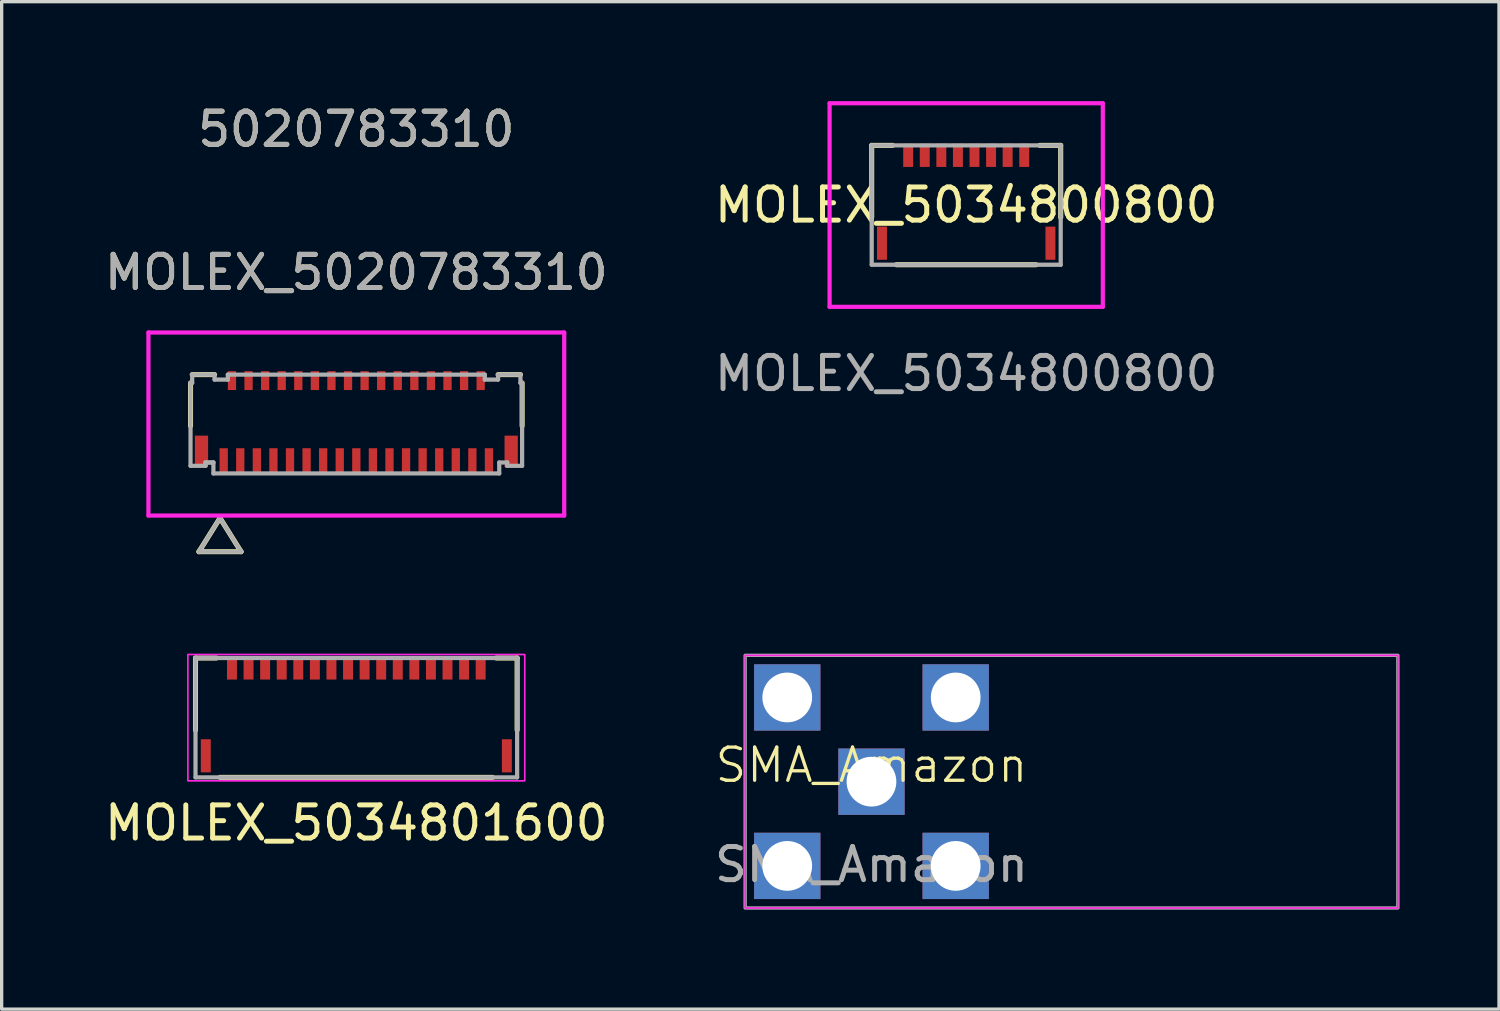
<source format=kicad_pcb>
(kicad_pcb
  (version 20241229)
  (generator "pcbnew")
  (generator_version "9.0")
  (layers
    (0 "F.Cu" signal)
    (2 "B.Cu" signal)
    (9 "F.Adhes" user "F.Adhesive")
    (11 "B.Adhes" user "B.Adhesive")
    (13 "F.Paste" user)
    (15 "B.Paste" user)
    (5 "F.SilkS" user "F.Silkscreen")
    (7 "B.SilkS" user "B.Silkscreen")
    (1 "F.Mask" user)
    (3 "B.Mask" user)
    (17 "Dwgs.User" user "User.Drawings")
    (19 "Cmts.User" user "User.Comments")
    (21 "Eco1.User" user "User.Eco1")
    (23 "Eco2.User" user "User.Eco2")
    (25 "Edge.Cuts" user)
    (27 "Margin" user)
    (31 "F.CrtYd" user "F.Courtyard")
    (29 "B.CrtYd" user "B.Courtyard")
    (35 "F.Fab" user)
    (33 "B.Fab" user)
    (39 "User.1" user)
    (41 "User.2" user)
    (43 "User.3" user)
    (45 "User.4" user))
  (footprint "MOLEX_5020783310"
    (layer "F.Cu")
    (at 7.696 9.738)
    (property "Reference" "MOLEX_5020783310" (at 0 -4.572 0) (unlocked yes) (layer "F.SilkS") (effects (font (size 1 1) (thickness 0.15))))
    (attr smd)
    (fp_line (start -5 0.058) (end -5 -1.24) (stroke (width 0.152) (type solid)) (layer "F.SilkS"))
    (fp_line (start -4.95 -1.49) (end -4.275 -1.49) (stroke (width 0.152) (type solid)) (layer "F.SilkS"))
    (fp_line (start -4.746 3.85) (end -4.111 2.834) (stroke (width 0.152) (type solid)) (layer "F.SilkS"))
    (fp_line (start -3.476 3.85) (end -4.746 3.85) (stroke (width 0.152) (type solid)) (layer "F.SilkS"))
    (fp_line (start -3.476 3.85) (end -4.111 2.834) (stroke (width 0.152) (type solid)) (layer "F.SilkS"))
    (fp_line (start 4.275 -1.49) (end 4.95 -1.49) (stroke (width 0.152) (type solid)) (layer "F.SilkS"))
    (fp_line (start 5 -1.24) (end 5 0.058) (stroke (width 0.152) (type solid)) (layer "F.SilkS"))
    (fp_line (start -6.27 -2.76) (end -6.27 2.76) (stroke (width 0.127) (type solid)) (layer "F.CrtYd"))
    (fp_line (start -6.27 2.76) (end 6.27 2.76) (stroke (width 0.127) (type solid)) (layer "F.CrtYd"))
    (fp_line (start 6.27 -2.76) (end -6.27 -2.76) (stroke (width 0.127) (type solid)) (layer "F.CrtYd"))
    (fp_line (start 6.27 2.76) (end 6.27 -2.76) (stroke (width 0.127) (type solid)) (layer "F.CrtYd"))
    (fp_line (start -5 -1.24) (end -4.95 -1.24) (stroke (width 0.127) (type solid)) (layer "F.Fab"))
    (fp_line (start -5 1.26) (end -5 -1.24) (stroke (width 0.127) (type solid)) (layer "F.Fab"))
    (fp_line (start -4.95 -1.49) (end -4.275 -1.49) (stroke (width 0.127) (type solid)) (layer "F.Fab"))
    (fp_line (start -4.95 -1.24) (end -4.95 -1.49) (stroke (width 0.127) (type solid)) (layer "F.Fab"))
    (fp_line (start -4.746 3.85) (end -4.111 2.834) (stroke (width 0.127) (type solid)) (layer "F.Fab"))
    (fp_line (start -4.55 1.16) (end -4.55 1.26) (stroke (width 0.127) (type solid)) (layer "F.Fab"))
    (fp_line (start -4.55 1.26) (end -5 1.26) (stroke (width 0.127) (type solid)) (layer "F.Fab"))
    (fp_line (start -4.31 1.16) (end -4.55 1.16) (stroke (width 0.127) (type solid)) (layer "F.Fab"))
    (fp_line (start -4.31 1.16) (end -4.55 1.16) (stroke (width 0.127) (type solid)) (layer "F.Fab"))
    (fp_line (start -4.31 1.49) (end -4.31 1.16) (stroke (width 0.127) (type solid)) (layer "F.Fab"))
    (fp_line (start -4.275 -1.49) (end -4.275 -1.34) (stroke (width 0.127) (type solid)) (layer "F.Fab"))
    (fp_line (start -4.275 -1.34) (end -3.875 -1.34) (stroke (width 0.127) (type solid)) (layer "F.Fab"))
    (fp_line (start -3.875 -1.49) (end 3.875 -1.49) (stroke (width 0.127) (type solid)) (layer "F.Fab"))
    (fp_line (start -3.875 -1.34) (end -3.875 -1.49) (stroke (width 0.127) (type solid)) (layer "F.Fab"))
    (fp_line (start -3.476 3.85) (end -4.746 3.85) (stroke (width 0.127) (type solid)) (layer "F.Fab"))
    (fp_line (start -3.476 3.85) (end -4.111 2.834) (stroke (width 0.127) (type solid)) (layer "F.Fab"))
    (fp_line (start 3.875 -1.49) (end 3.875 -1.34) (stroke (width 0.127) (type solid)) (layer "F.Fab"))
    (fp_line (start 3.875 -1.34) (end 4.275 -1.34) (stroke (width 0.127) (type solid)) (layer "F.Fab"))
    (fp_line (start 4.275 -1.49) (end 4.95 -1.49) (stroke (width 0.127) (type solid)) (layer "F.Fab"))
    (fp_line (start 4.275 -1.34) (end 4.275 -1.49) (stroke (width 0.127) (type solid)) (layer "F.Fab"))
    (fp_line (start 4.31 1.16) (end 4.31 1.49) (stroke (width 0.127) (type solid)) (layer "F.Fab"))
    (fp_line (start 4.31 1.49) (end -4.31 1.49) (stroke (width 0.127) (type solid)) (layer "F.Fab"))
    (fp_line (start 4.55 1.16) (end 4.31 1.16) (stroke (width 0.127) (type solid)) (layer "F.Fab"))
    (fp_line (start 4.55 1.16) (end 4.55 1.16) (stroke (width 0.127) (type solid)) (layer "F.Fab"))
    (fp_line (start 4.55 1.26) (end 4.55 1.16) (stroke (width 0.127) (type solid)) (layer "F.Fab"))
    (fp_line (start 4.55 1.26) (end 4.55 1.26) (stroke (width 0.127) (type solid)) (layer "F.Fab"))
    (fp_line (start 4.95 -1.49) (end 4.95 -1.24) (stroke (width 0.127) (type solid)) (layer "F.Fab"))
    (fp_line (start 4.95 -1.24) (end 5 -1.24) (stroke (width 0.127) (type solid)) (layer "F.Fab"))
    (fp_line (start 5 -1.24) (end 5 1.26) (stroke (width 0.127) (type solid)) (layer "F.Fab"))
    (fp_line (start 5 1.26) (end 4.55 1.26) (stroke (width 0.127) (type solid)) (layer "F.Fab"))
    (fp_text user "5020783310" (at 0 -8.89 0) (unlocked yes) (layer "F.SilkS") (effects (font (size 1 1) (thickness 0.15))))
    (fp_text user "5020783310" (at 0 -8.89 0) (unlocked yes) (layer "F.Fab") (effects (font (size 1 1) (thickness 0.15))))
    (fp_text user "${REFERENCE}" (at 0 -4.572 0) (unlocked yes) (layer "F.Fab") (effects (font (size 1 1) (thickness 0.15))))
    (pad "1" smd rect (at -4 1.09) (size 0.25 0.72) (layers "F.Cu" "F.Mask" "F.Paste"))
    (pad "2" smd rect (at -3.75 -1.31) (size 0.25 0.57) (layers "F.Cu" "F.Mask" "F.Paste"))
    (pad "3" smd rect (at -3.5 1.09) (size 0.25 0.72) (layers "F.Cu" "F.Mask" "F.Paste"))
    (pad "4" smd rect (at -3.25 -1.31) (size 0.25 0.57) (layers "F.Cu" "F.Mask" "F.Paste"))
    (pad "5" smd rect (at -3 1.09) (size 0.25 0.72) (layers "F.Cu" "F.Mask" "F.Paste"))
    (pad "6" smd rect (at -2.75 -1.31) (size 0.25 0.57) (layers "F.Cu" "F.Mask" "F.Paste"))
    (pad "7" smd rect (at -2.5 1.09) (size 0.25 0.72) (layers "F.Cu" "F.Mask" "F.Paste"))
    (pad "8" smd rect (at -2.25 -1.31) (size 0.25 0.57) (layers "F.Cu" "F.Mask" "F.Paste"))
    (pad "9" smd rect (at -2 1.09) (size 0.25 0.72) (layers "F.Cu" "F.Mask" "F.Paste"))
    (pad "10" smd rect (at -1.75 -1.31) (size 0.25 0.57) (layers "F.Cu" "F.Mask" "F.Paste"))
    (pad "11" smd rect (at -1.5 1.09) (size 0.25 0.72) (layers "F.Cu" "F.Mask" "F.Paste"))
    (pad "12" smd rect (at -1.25 -1.31) (size 0.25 0.57) (layers "F.Cu" "F.Mask" "F.Paste"))
    (pad "13" smd rect (at -1 1.09) (size 0.25 0.72) (layers "F.Cu" "F.Mask" "F.Paste"))
    (pad "14" smd rect (at -0.75 -1.31) (size 0.25 0.57) (layers "F.Cu" "F.Mask" "F.Paste"))
    (pad "15" smd rect (at -0.5 1.09) (size 0.25 0.72) (layers "F.Cu" "F.Mask" "F.Paste"))
    (pad "16" smd rect (at -0.25 -1.31) (size 0.25 0.57) (layers "F.Cu" "F.Mask" "F.Paste"))
    (pad "17" smd rect (at 0 1.09) (size 0.25 0.72) (layers "F.Cu" "F.Mask" "F.Paste"))
    (pad "18" smd rect (at 0.25 -1.31) (size 0.25 0.57) (layers "F.Cu" "F.Mask" "F.Paste"))
    (pad "19" smd rect (at 0.5 1.09) (size 0.25 0.72) (layers "F.Cu" "F.Mask" "F.Paste"))
    (pad "20" smd rect (at 0.75 -1.31) (size 0.25 0.57) (layers "F.Cu" "F.Mask" "F.Paste"))
    (pad "21" smd rect (at 1 1.09) (size 0.25 0.72) (layers "F.Cu" "F.Mask" "F.Paste"))
    (pad "22" smd rect (at 1.25 -1.31) (size 0.25 0.57) (layers "F.Cu" "F.Mask" "F.Paste"))
    (pad "23" smd rect (at 1.5 1.09) (size 0.25 0.72) (layers "F.Cu" "F.Mask" "F.Paste"))
    (pad "24" smd rect (at 1.75 -1.31) (size 0.25 0.57) (layers "F.Cu" "F.Mask" "F.Paste"))
    (pad "25" smd rect (at 2 1.09) (size 0.25 0.72) (layers "F.Cu" "F.Mask" "F.Paste"))
    (pad "26" smd rect (at 2.25 -1.31) (size 0.25 0.57) (layers "F.Cu" "F.Mask" "F.Paste"))
    (pad "27" smd rect (at 2.5 1.09) (size 0.25 0.72) (layers "F.Cu" "F.Mask" "F.Paste"))
    (pad "28" smd rect (at 2.75 -1.31) (size 0.25 0.57) (layers "F.Cu" "F.Mask" "F.Paste"))
    (pad "29" smd rect (at 3 1.09) (size 0.25 0.72) (layers "F.Cu" "F.Mask" "F.Paste"))
    (pad "30" smd rect (at 3.25 -1.31) (size 0.25 0.57) (layers "F.Cu" "F.Mask" "F.Paste"))
    (pad "31" smd rect (at 3.5 1.09) (size 0.25 0.72) (layers "F.Cu" "F.Mask" "F.Paste"))
    (pad "32" smd rect (at 3.75 -1.31) (size 0.25 0.57) (layers "F.Cu" "F.Mask" "F.Paste"))
    (pad "33" smd rect (at 4 1.09) (size 0.25 0.72) (layers "F.Cu" "F.Mask" "F.Paste"))
    (pad "MP" smd rect (at -4.67 0.825) (size 0.4 0.95) (layers "F.Cu" "F.Mask" "F.Paste"))
    (pad "MP" smd rect (at 4.67 0.825) (size 0.4 0.95) (layers "F.Cu" "F.Mask" "F.Paste")))
  (footprint "MOLEX_5034801600"
    (layer "F.Cu")
    (at 7.696 18.594)
    (property "Reference" "MOLEX_5034801600" (at 0 3.175 0) (unlocked yes) (layer "F.SilkS") (effects (font (size 1 1) (thickness 0.15))))
    (attr smd)
    (fp_line (start -4.85 -1.8) (end -4.85 0.373) (stroke (width 0.152) (type solid)) (layer "F.SilkS"))
    (fp_line (start -4.22 -1.8) (end -4.85 -1.8) (stroke (width 0.152) (type solid)) (layer "F.SilkS"))
    (fp_line (start -4.107 1.8) (end 4.107 1.8) (stroke (width 0.152) (type solid)) (layer "F.SilkS"))
    (fp_line (start 4.85 -1.8) (end 4.22 -1.8) (stroke (width 0.152) (type solid)) (layer "F.SilkS"))
    (fp_line (start 4.85 0.373) (end 4.85 -1.8) (stroke (width 0.152) (type solid)) (layer "F.SilkS"))
    (fp_rect (start 5.08 1.905) (end -5.08 -1.905) (stroke (width 0.05) (type default)) (fill no) (layer "F.CrtYd"))
    (fp_line (start -4.85 -1.8) (end -4.85 1.8) (stroke (width 0.127) (type solid)) (layer "F.Fab"))
    (fp_line (start -4.85 1.8) (end 4.85 1.8) (stroke (width 0.127) (type solid)) (layer "F.Fab"))
    (fp_line (start 4.85 -1.8) (end -4.85 -1.8) (stroke (width 0.127) (type solid)) (layer "F.Fab"))
    (fp_line (start 4.85 1.8) (end 4.85 -1.8) (stroke (width 0.127) (type solid)) (layer "F.Fab"))
    (pad "1" smd rect (at -3.75 -1.5) (size 0.3 0.7) (layers "F.Cu" "F.Mask" "F.Paste"))
    (pad "2" smd rect (at -3.25 -1.5) (size 0.3 0.7) (layers "F.Cu" "F.Mask" "F.Paste"))
    (pad "3" smd rect (at -2.75 -1.5) (size 0.3 0.7) (layers "F.Cu" "F.Mask" "F.Paste"))
    (pad "4" smd rect (at -2.25 -1.5) (size 0.3 0.7) (layers "F.Cu" "F.Mask" "F.Paste"))
    (pad "5" smd rect (at -1.75 -1.5) (size 0.3 0.7) (layers "F.Cu" "F.Mask" "F.Paste"))
    (pad "6" smd rect (at -1.25 -1.5) (size 0.3 0.7) (layers "F.Cu" "F.Mask" "F.Paste"))
    (pad "7" smd rect (at -0.75 -1.5) (size 0.3 0.7) (layers "F.Cu" "F.Mask" "F.Paste"))
    (pad "8" smd rect (at -0.25 -1.5) (size 0.3 0.7) (layers "F.Cu" "F.Mask" "F.Paste"))
    (pad "9" smd rect (at 0.25 -1.5) (size 0.3 0.7) (layers "F.Cu" "F.Mask" "F.Paste"))
    (pad "10" smd rect (at 0.75 -1.5) (size 0.3 0.7) (layers "F.Cu" "F.Mask" "F.Paste"))
    (pad "11" smd rect (at 1.25 -1.5) (size 0.3 0.7) (layers "F.Cu" "F.Mask" "F.Paste"))
    (pad "12" smd rect (at 1.75 -1.5) (size 0.3 0.7) (layers "F.Cu" "F.Mask" "F.Paste"))
    (pad "13" smd rect (at 2.25 -1.5) (size 0.3 0.7) (layers "F.Cu" "F.Mask" "F.Paste"))
    (pad "14" smd rect (at 2.75 -1.5) (size 0.3 0.7) (layers "F.Cu" "F.Mask" "F.Paste"))
    (pad "15" smd rect (at 3.25 -1.5) (size 0.3 0.7) (layers "F.Cu" "F.Mask" "F.Paste"))
    (pad "16" smd rect (at 3.75 -1.5) (size 0.3 0.7) (layers "F.Cu" "F.Mask" "F.Paste"))
    (pad "P1" smd rect (at -4.54 1.15) (size 0.3 1) (layers "F.Cu" "F.Mask" "F.Paste"))
    (pad "P2" smd rect (at 4.54 1.15) (size 0.3 1) (layers "F.Cu" "F.Mask" "F.Paste")))
  (footprint "MOLEX_5034800800"
    (layer "F.Cu")
    (at 26.089 3.134)
    (property "Reference" "MOLEX_5034800800" (at 0 0 0) (unlocked yes) (layer "F.SilkS") (effects (font (size 1 1) (thickness 0.15))))
    (attr smd)
    (fp_line (start -2.85 -1.8) (end -2.85 0.373) (stroke (width 0.152) (type solid)) (layer "F.SilkS"))
    (fp_line (start -2.22 -1.8) (end -2.85 -1.8) (stroke (width 0.152) (type solid)) (layer "F.SilkS"))
    (fp_line (start -2.107 1.8) (end 2.107 1.8) (stroke (width 0.152) (type solid)) (layer "F.SilkS"))
    (fp_line (start 2.85 -1.8) (end 2.22 -1.8) (stroke (width 0.152) (type solid)) (layer "F.SilkS"))
    (fp_line (start 2.85 0.373) (end 2.85 -1.8) (stroke (width 0.152) (type solid)) (layer "F.SilkS"))
    (fp_line (start -4.12 -3.07) (end -4.12 3.07) (stroke (width 0.127) (type solid)) (layer "F.CrtYd"))
    (fp_line (start -4.12 3.07) (end 4.12 3.07) (stroke (width 0.127) (type solid)) (layer "F.CrtYd"))
    (fp_line (start 4.12 -3.07) (end -4.12 -3.07) (stroke (width 0.127) (type solid)) (layer "F.CrtYd"))
    (fp_line (start 4.12 3.07) (end 4.12 -3.07) (stroke (width 0.127) (type solid)) (layer "F.CrtYd"))
    (fp_line (start -2.85 -1.8) (end -2.85 1.8) (stroke (width 0.127) (type solid)) (layer "F.Fab"))
    (fp_line (start -2.85 1.8) (end 2.85 1.8) (stroke (width 0.127) (type solid)) (layer "F.Fab"))
    (fp_line (start 2.85 -1.8) (end -2.85 -1.8) (stroke (width 0.127) (type solid)) (layer "F.Fab"))
    (fp_line (start 2.85 1.8) (end 2.85 -1.8) (stroke (width 0.127) (type solid)) (layer "F.Fab"))
    (fp_text user "${REFERENCE}" (at 0 5.08 0) (unlocked yes) (layer "F.Fab") (effects (font (size 1 1) (thickness 0.15))))
    (pad "1" smd rect (at -1.75 -1.5) (size 0.3 0.7) (layers "F.Cu" "F.Mask" "F.Paste"))
    (pad "2" smd rect (at -1.25 -1.5) (size 0.3 0.7) (layers "F.Cu" "F.Mask" "F.Paste"))
    (pad "3" smd rect (at -0.75 -1.5) (size 0.3 0.7) (layers "F.Cu" "F.Mask" "F.Paste"))
    (pad "4" smd rect (at -0.25 -1.5) (size 0.3 0.7) (layers "F.Cu" "F.Mask" "F.Paste"))
    (pad "5" smd rect (at 0.25 -1.5) (size 0.3 0.7) (layers "F.Cu" "F.Mask" "F.Paste"))
    (pad "6" smd rect (at 0.75 -1.5) (size 0.3 0.7) (layers "F.Cu" "F.Mask" "F.Paste"))
    (pad "7" smd rect (at 1.25 -1.5) (size 0.3 0.7) (layers "F.Cu" "F.Mask" "F.Paste"))
    (pad "8" smd rect (at 1.75 -1.5) (size 0.3 0.7) (layers "F.Cu" "F.Mask" "F.Paste"))
    (pad "P1" smd rect (at -2.54 1.15) (size 0.3 1) (layers "F.Cu" "F.Mask" "F.Paste"))
    (pad "P2" smd rect (at 2.54 1.15) (size 0.3 1) (layers "F.Cu" "F.Mask" "F.Paste")))
  (footprint "SMA_Amazon"
    (layer "F.Cu")
    (at 23.232 20.524)
    (property "Reference" "SMA_Amazon" (at 0 -0.5 0) (unlocked yes) (layer "F.SilkS") (effects (font (size 1 1) (thickness 0.1))))
    (attr through_hole)
    (fp_rect (start -3.81 -3.81) (end 15.875 3.81) (stroke (width 0.05) (type default)) (fill no) (layer "F.CrtYd"))
    (fp_rect (start -3.81 -3.81) (end 15.875 3.81) (stroke (width 0.1) (type default)) (fill no) (layer "F.Fab"))
    (fp_text user "${REFERENCE}" (at 0 2.5 0) (unlocked yes) (layer "F.Fab") (effects (font (size 1 1) (thickness 0.15))))
    (pad "1" thru_hole rect (at 0 0) (size 2 2) (drill 1.5) (layers "*.Cu" "*.Mask"))
    (pad "2" thru_hole rect (at -2.54 -2.54) (size 2 2) (drill 1.5) (layers "*.Cu" "*.Mask"))
    (pad "2" thru_hole rect (at -2.54 2.54) (size 2 2) (drill 1.5) (layers "*.Cu" "*.Mask"))
    (pad "2" thru_hole rect (at 2.54 -2.54) (size 2 2) (drill 1.5) (layers "*.Cu" "*.Mask"))
    (pad "2" thru_hole rect (at 2.54 2.54) (size 2 2) (drill 1.5) (layers "*.Cu" "*.Mask")))
  (gr_rect
    (start -3 -3)
    (end 42.157 27.384)
    (stroke (width 0.1) (type default))
    (fill no)
    (layer "Edge.Cuts")))
</source>
